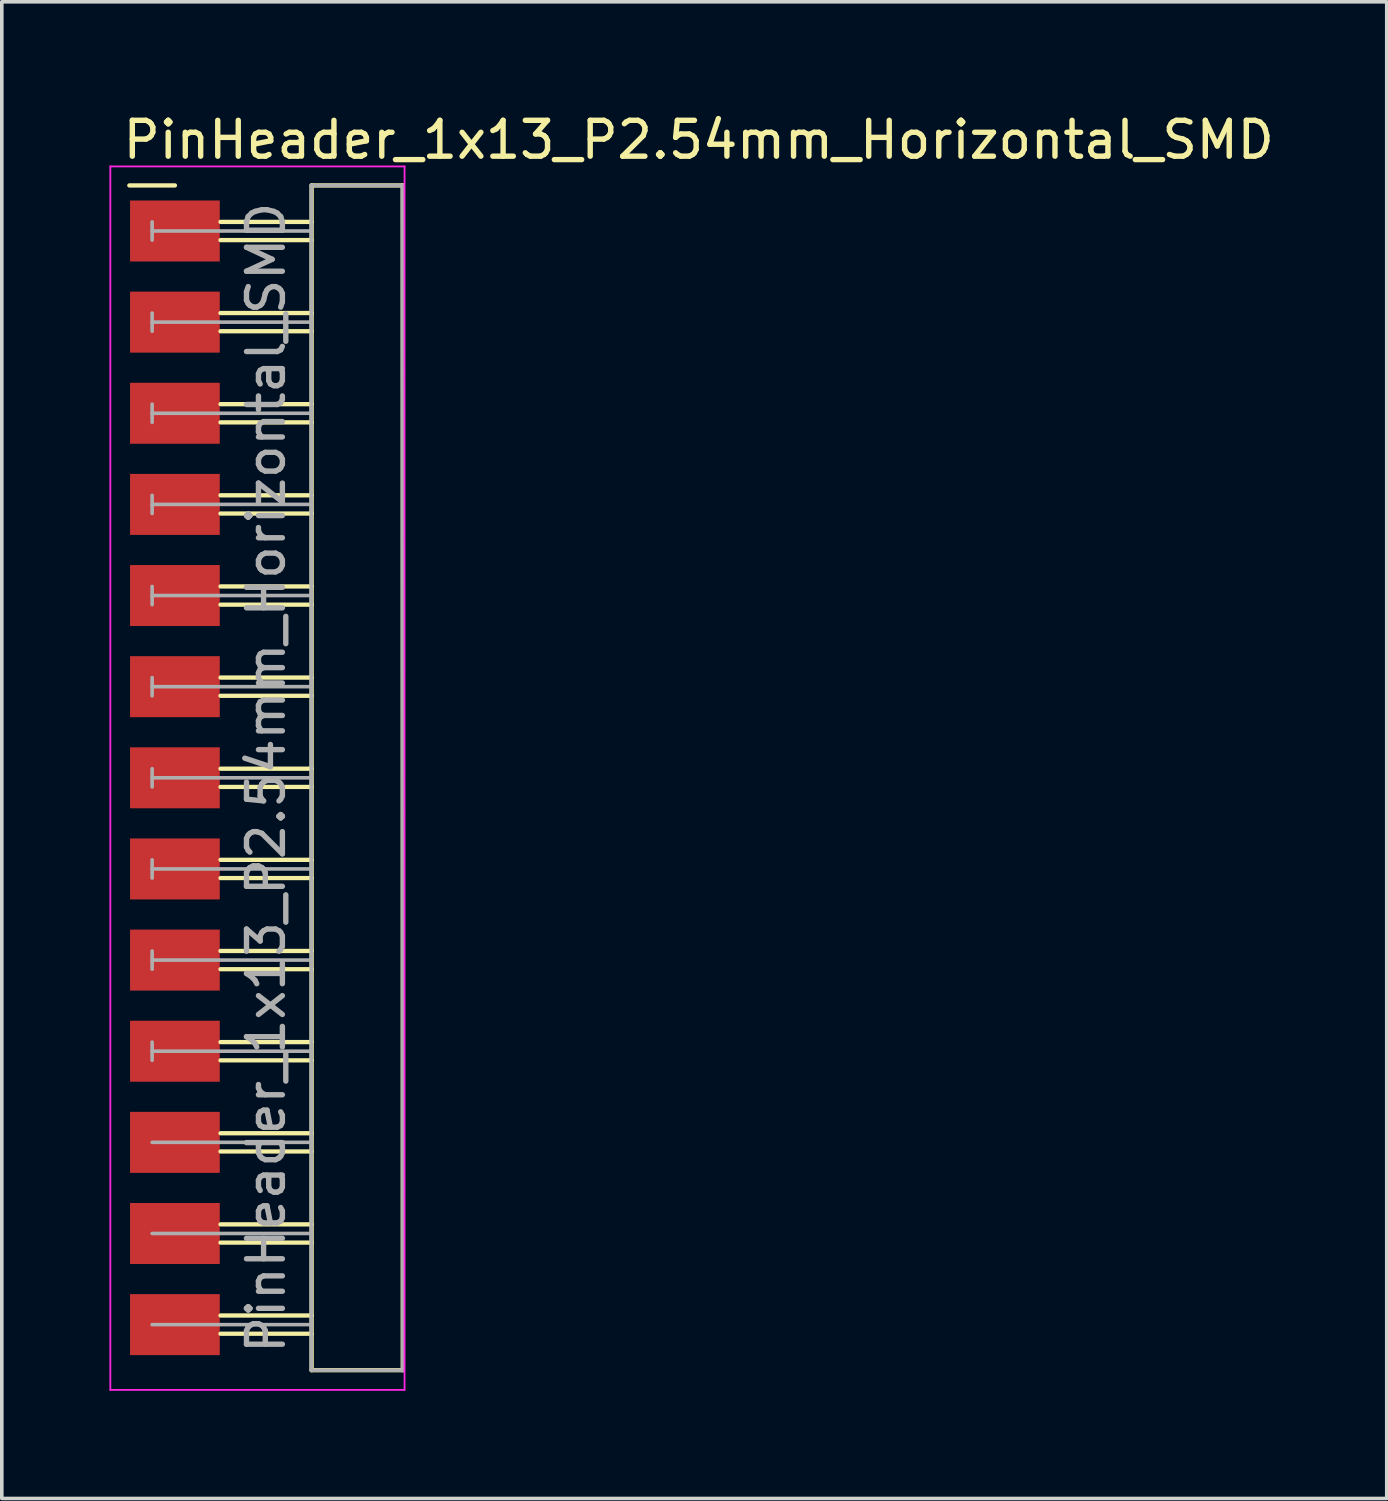
<source format=kicad_pcb>
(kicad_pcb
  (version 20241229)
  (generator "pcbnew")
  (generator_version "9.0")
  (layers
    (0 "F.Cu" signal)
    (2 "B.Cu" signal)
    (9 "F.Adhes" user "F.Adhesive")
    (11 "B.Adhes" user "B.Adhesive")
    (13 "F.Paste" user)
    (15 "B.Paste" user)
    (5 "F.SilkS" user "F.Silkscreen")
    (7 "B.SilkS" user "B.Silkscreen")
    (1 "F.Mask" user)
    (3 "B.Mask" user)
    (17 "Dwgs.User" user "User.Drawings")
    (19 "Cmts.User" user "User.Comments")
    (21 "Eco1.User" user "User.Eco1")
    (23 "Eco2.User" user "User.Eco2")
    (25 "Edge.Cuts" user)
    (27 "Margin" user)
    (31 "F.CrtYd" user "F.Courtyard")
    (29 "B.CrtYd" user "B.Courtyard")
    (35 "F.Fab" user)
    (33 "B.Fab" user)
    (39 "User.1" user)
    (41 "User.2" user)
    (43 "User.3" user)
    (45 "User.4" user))
  (footprint "PinHeader_1x13_P2.54mm_Horizontal_SMD"
    (layer "F.Cu")
    (at 1.825 3.388)
    (property "Reference" "PinHeader_1x13_P2.54mm_Horizontal_SMD" (at -1.524 -2.54 180) (layer "F.SilkS") (effects (font (size 1 1) (thickness 0.15)) (justify left)))
    (attr smd)
    (fp_line (start -1.27 -1.27) (end 0 -1.27) (stroke (width 0.12) (type solid)) (layer "F.SilkS"))
    (fp_line (start 3.81 -1.27) (end 6.35 -1.27) (stroke (width 0.12) (type solid)) (layer "F.SilkS"))
    (fp_line (start 3.81 -0.254) (end 1.27 -0.254) (stroke (width 0.12) (type solid)) (layer "F.SilkS"))
    (fp_line (start 3.81 0.254) (end 1.27 0.254) (stroke (width 0.12) (type solid)) (layer "F.SilkS"))
    (fp_line (start 3.81 2.286) (end 1.27 2.286) (stroke (width 0.12) (type solid)) (layer "F.SilkS"))
    (fp_line (start 3.81 2.794) (end 1.27 2.794) (stroke (width 0.12) (type solid)) (layer "F.SilkS"))
    (fp_line (start 3.81 4.826) (end 1.27 4.826) (stroke (width 0.12) (type solid)) (layer "F.SilkS"))
    (fp_line (start 3.81 5.334) (end 1.27 5.334) (stroke (width 0.12) (type solid)) (layer "F.SilkS"))
    (fp_line (start 3.81 7.366) (end 1.27 7.366) (stroke (width 0.12) (type solid)) (layer "F.SilkS"))
    (fp_line (start 3.81 7.874) (end 1.27 7.874) (stroke (width 0.12) (type solid)) (layer "F.SilkS"))
    (fp_line (start 3.81 9.906) (end 1.27 9.906) (stroke (width 0.12) (type solid)) (layer "F.SilkS"))
    (fp_line (start 3.81 10.414) (end 1.27 10.414) (stroke (width 0.12) (type solid)) (layer "F.SilkS"))
    (fp_line (start 3.81 12.446) (end 1.27 12.446) (stroke (width 0.12) (type solid)) (layer "F.SilkS"))
    (fp_line (start 3.81 12.954) (end 1.27 12.954) (stroke (width 0.12) (type solid)) (layer "F.SilkS"))
    (fp_line (start 3.81 14.986) (end 1.27 14.986) (stroke (width 0.12) (type solid)) (layer "F.SilkS"))
    (fp_line (start 3.81 15.494) (end 1.27 15.494) (stroke (width 0.12) (type solid)) (layer "F.SilkS"))
    (fp_line (start 3.81 17.526) (end 1.27 17.526) (stroke (width 0.12) (type solid)) (layer "F.SilkS"))
    (fp_line (start 3.81 18.034) (end 1.27 18.034) (stroke (width 0.12) (type solid)) (layer "F.SilkS"))
    (fp_line (start 3.81 20.066) (end 1.27 20.066) (stroke (width 0.12) (type solid)) (layer "F.SilkS"))
    (fp_line (start 3.81 20.574) (end 1.27 20.574) (stroke (width 0.12) (type solid)) (layer "F.SilkS"))
    (fp_line (start 3.81 22.606) (end 1.27 22.606) (stroke (width 0.12) (type solid)) (layer "F.SilkS"))
    (fp_line (start 3.81 23.114) (end 1.27 23.114) (stroke (width 0.12) (type solid)) (layer "F.SilkS"))
    (fp_line (start 3.81 25.146) (end 1.27 25.146) (stroke (width 0.12) (type solid)) (layer "F.SilkS"))
    (fp_line (start 3.81 25.654) (end 1.27 25.654) (stroke (width 0.12) (type solid)) (layer "F.SilkS"))
    (fp_line (start 3.81 27.686) (end 1.27 27.686) (stroke (width 0.12) (type solid)) (layer "F.SilkS"))
    (fp_line (start 3.81 28.194) (end 1.27 28.194) (stroke (width 0.12) (type solid)) (layer "F.SilkS"))
    (fp_line (start 3.81 30.226) (end 1.27 30.226) (stroke (width 0.12) (type solid)) (layer "F.SilkS"))
    (fp_line (start 3.81 30.734) (end 1.27 30.734) (stroke (width 0.12) (type solid)) (layer "F.SilkS"))
    (fp_line (start 3.81 31.75) (end 3.81 -1.27) (stroke (width 0.12) (type solid)) (layer "F.SilkS"))
    (fp_line (start 6.35 -1.27) (end 6.35 31.75) (stroke (width 0.12) (type solid)) (layer "F.SilkS"))
    (fp_line (start 6.35 31.75) (end 3.81 31.75) (stroke (width 0.12) (type solid)) (layer "F.SilkS"))
    (fp_line (start -1.8 -1.8) (end -1.8 32.3) (stroke (width 0.05) (type solid)) (layer "F.CrtYd"))
    (fp_line (start -1.8 32.3) (end 6.4 32.3) (stroke (width 0.05) (type solid)) (layer "F.CrtYd"))
    (fp_line (start 6.4 -1.8) (end -1.8 -1.8) (stroke (width 0.05) (type solid)) (layer "F.CrtYd"))
    (fp_line (start 6.4 32.3) (end 6.4 -1.8) (stroke (width 0.05) (type solid)) (layer "F.CrtYd"))
    (fp_line (start -0.635 -0.254) (end -0.635 0.254) (stroke (width 0.1) (type solid)) (layer "F.Fab"))
    (fp_line (start -0.635 2.286) (end -0.635 2.794) (stroke (width 0.1) (type solid)) (layer "F.Fab"))
    (fp_line (start -0.635 4.826) (end -0.635 5.334) (stroke (width 0.1) (type solid)) (layer "F.Fab"))
    (fp_line (start -0.635 7.366) (end -0.635 7.874) (stroke (width 0.1) (type solid)) (layer "F.Fab"))
    (fp_line (start -0.635 9.906) (end -0.635 10.414) (stroke (width 0.1) (type solid)) (layer "F.Fab"))
    (fp_line (start -0.635 12.446) (end -0.635 12.954) (stroke (width 0.1) (type solid)) (layer "F.Fab"))
    (fp_line (start -0.635 14.986) (end -0.635 15.494) (stroke (width 0.1) (type solid)) (layer "F.Fab"))
    (fp_line (start -0.635 17.526) (end -0.635 18.034) (stroke (width 0.1) (type solid)) (layer "F.Fab"))
    (fp_line (start -0.635 20.066) (end -0.635 20.574) (stroke (width 0.1) (type solid)) (layer "F.Fab"))
    (fp_line (start -0.635 22.606) (end -0.635 23.114) (stroke (width 0.1) (type solid)) (layer "F.Fab"))
    (fp_line (start 3.8 -1.27) (end 6.34 -1.27) (stroke (width 0.1) (type solid)) (layer "F.Fab"))
    (fp_line (start 3.8 31.75) (end 3.8 -1.27) (stroke (width 0.1) (type solid)) (layer "F.Fab"))
    (fp_line (start 3.8 31.75) (end 6.35 31.75) (stroke (width 0.1) (type solid)) (layer "F.Fab"))
    (fp_line (start 3.81 0) (end -0.635 0) (stroke (width 0.1) (type solid)) (layer "F.Fab"))
    (fp_line (start 3.81 2.54) (end -0.635 2.54) (stroke (width 0.1) (type solid)) (layer "F.Fab"))
    (fp_line (start 3.81 5.08) (end -0.635 5.08) (stroke (width 0.1) (type solid)) (layer "F.Fab"))
    (fp_line (start 3.81 7.62) (end -0.635 7.62) (stroke (width 0.1) (type solid)) (layer "F.Fab"))
    (fp_line (start 3.81 10.16) (end -0.635 10.16) (stroke (width 0.1) (type solid)) (layer "F.Fab"))
    (fp_line (start 3.81 12.7) (end -0.635 12.7) (stroke (width 0.1) (type solid)) (layer "F.Fab"))
    (fp_line (start 3.81 15.24) (end -0.635 15.24) (stroke (width 0.1) (type solid)) (layer "F.Fab"))
    (fp_line (start 3.81 17.78) (end -0.635 17.78) (stroke (width 0.1) (type solid)) (layer "F.Fab"))
    (fp_line (start 3.81 20.32) (end -0.635 20.32) (stroke (width 0.1) (type solid)) (layer "F.Fab"))
    (fp_line (start 3.81 22.86) (end -0.635 22.86) (stroke (width 0.1) (type solid)) (layer "F.Fab"))
    (fp_line (start 3.81 25.4) (end -0.635 25.4) (stroke (width 0.1) (type solid)) (layer "F.Fab"))
    (fp_line (start 3.81 27.94) (end -0.635 27.94) (stroke (width 0.1) (type solid)) (layer "F.Fab"))
    (fp_line (start 3.81 30.48) (end -0.635 30.48) (stroke (width 0.1) (type solid)) (layer "F.Fab"))
    (fp_line (start 6.34 -1.27) (end 6.35 31.75) (stroke (width 0.1) (type solid)) (layer "F.Fab"))
    (fp_text user "${REFERENCE}" (at 2.54 15.24 90) (layer "F.Fab") (effects (font (size 1 1) (thickness 0.15))))
    (pad "1" smd rect (at 0 0) (size 2.5 1.7) (layers "F.Cu" "F.Mask" "F.Paste"))
    (pad "2" smd rect (at 0 2.54) (size 2.5 1.7) (layers "F.Cu" "F.Mask" "F.Paste"))
    (pad "3" smd rect (at 0 5.08) (size 2.5 1.7) (layers "F.Cu" "F.Mask" "F.Paste"))
    (pad "4" smd rect (at 0 7.62) (size 2.5 1.7) (layers "F.Cu" "F.Mask" "F.Paste"))
    (pad "5" smd rect (at 0 10.16) (size 2.5 1.7) (layers "F.Cu" "F.Mask" "F.Paste"))
    (pad "6" smd rect (at 0 12.7) (size 2.5 1.7) (layers "F.Cu" "F.Mask" "F.Paste"))
    (pad "7" smd rect (at 0 15.24) (size 2.5 1.7) (layers "F.Cu" "F.Mask" "F.Paste"))
    (pad "8" smd rect (at 0 17.78) (size 2.5 1.7) (layers "F.Cu" "F.Mask" "F.Paste"))
    (pad "9" smd rect (at 0 20.32) (size 2.5 1.7) (layers "F.Cu" "F.Mask" "F.Paste"))
    (pad "10" smd rect (at 0 22.86) (size 2.5 1.7) (layers "F.Cu" "F.Mask" "F.Paste"))
    (pad "11" smd rect (at 0 25.4) (size 2.5 1.7) (layers "F.Cu" "F.Mask" "F.Paste"))
    (pad "12" smd rect (at 0 27.94) (size 2.5 1.7) (layers "F.Cu" "F.Mask" "F.Paste"))
    (pad "13" smd rect (at 0 30.48) (size 2.5 1.7) (layers "F.Cu" "F.Mask" "F.Paste")))
  (gr_rect
    (start -3 -3)
    (end 35.599 38.713)
    (stroke (width 0.1) (type default))
    (fill no)
    (layer "Edge.Cuts")))
</source>
